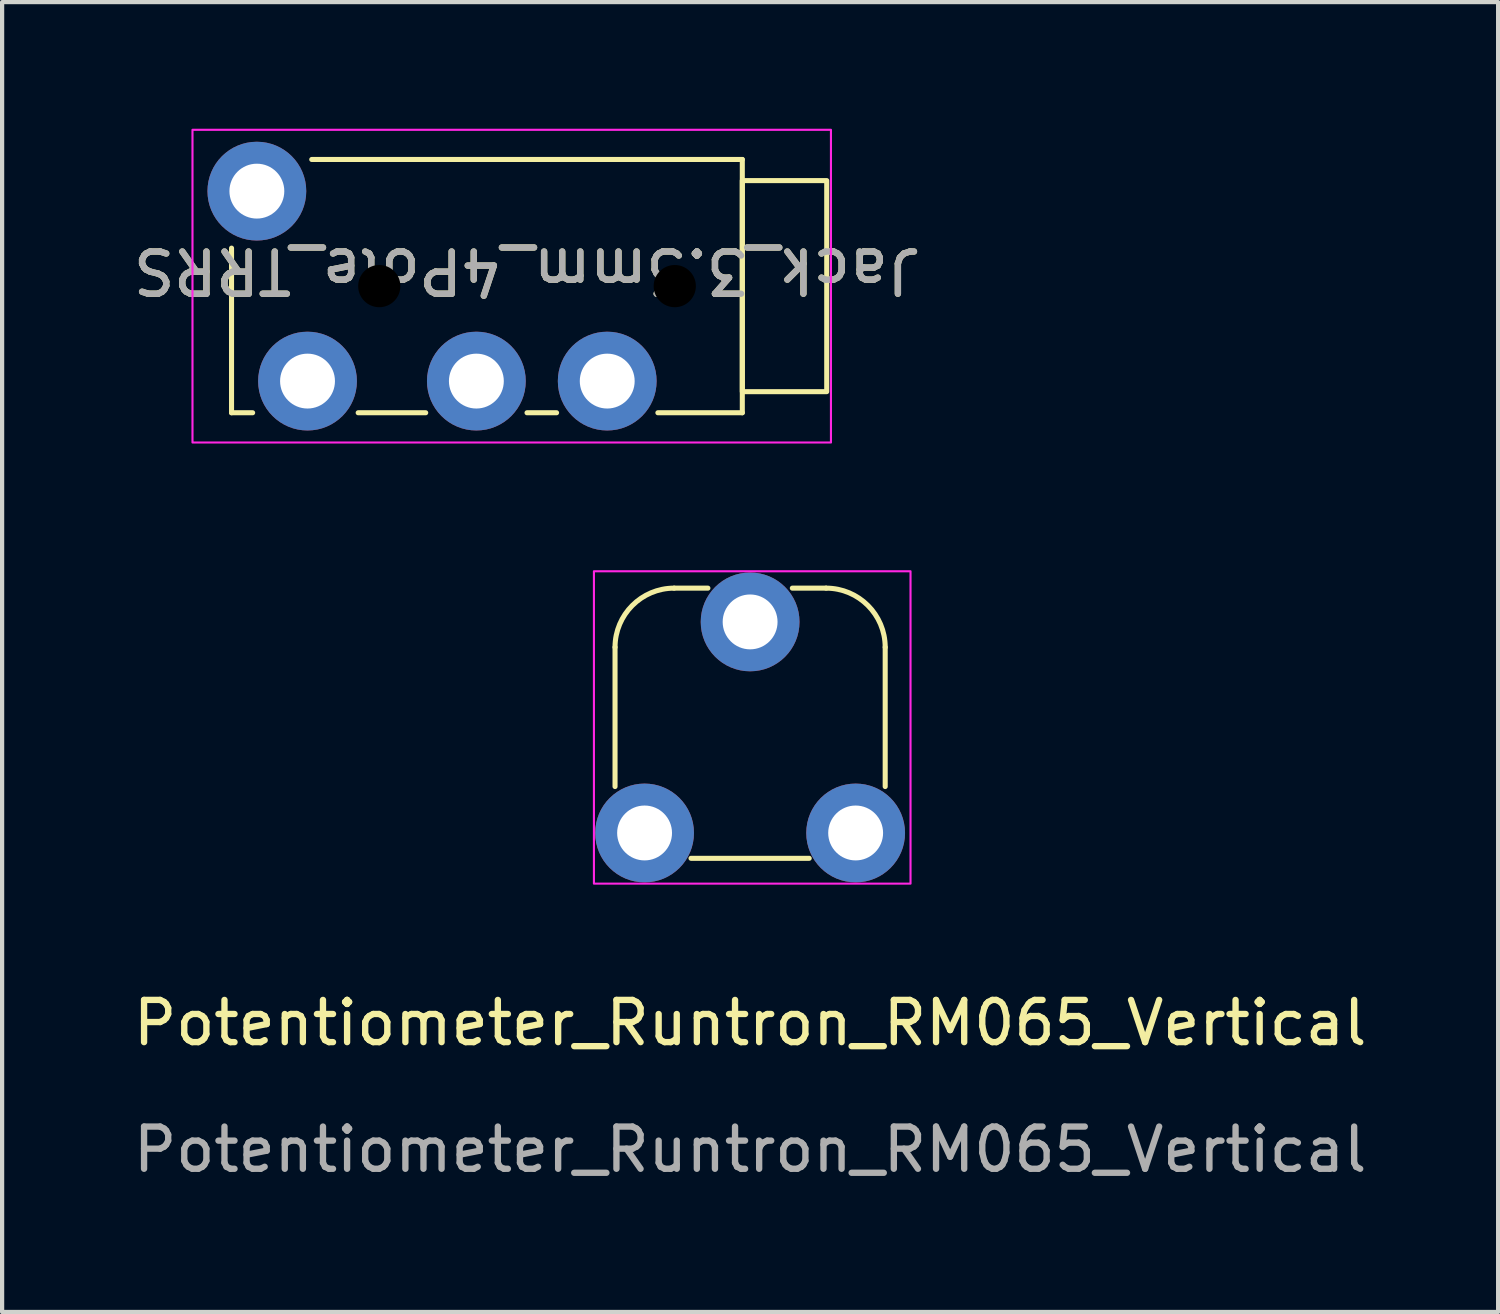
<source format=kicad_pcb>
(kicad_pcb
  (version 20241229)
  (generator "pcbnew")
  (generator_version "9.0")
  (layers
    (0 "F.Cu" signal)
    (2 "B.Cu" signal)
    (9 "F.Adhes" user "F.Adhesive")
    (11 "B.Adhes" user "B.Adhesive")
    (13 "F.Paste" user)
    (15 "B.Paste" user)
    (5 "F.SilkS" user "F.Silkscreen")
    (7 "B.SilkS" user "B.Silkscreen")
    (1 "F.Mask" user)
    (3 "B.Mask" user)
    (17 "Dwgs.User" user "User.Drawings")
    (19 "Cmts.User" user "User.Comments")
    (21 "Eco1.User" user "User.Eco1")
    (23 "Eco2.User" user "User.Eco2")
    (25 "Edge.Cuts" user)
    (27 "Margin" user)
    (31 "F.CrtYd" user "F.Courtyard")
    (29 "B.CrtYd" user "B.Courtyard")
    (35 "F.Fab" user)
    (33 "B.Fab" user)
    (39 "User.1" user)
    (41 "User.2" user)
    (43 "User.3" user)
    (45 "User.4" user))
  (footprint "Potentiometer_Runtron_RM065_Vertical"
    (layer "F.Cu")
    (at 14.72 21.683)
    (property "Reference" "Potentiometer_Runtron_RM065_Vertical" (at 0 -0.5 0) (unlocked yes) (layer "F.SilkS") (effects (font (size 1 1) (thickness 0.15))))
    (attr through_hole)
    (fp_line (start -3.2 -6.1) (end -3.2 -9.4) (stroke (width 0.12) (type solid)) (layer "F.SilkS"))
    (fp_line (start -1.8 -10.8) (end -1 -10.8) (stroke (width 0.12) (type solid)) (layer "F.SilkS"))
    (fp_line (start -1.4 -4.4) (end 1.4 -4.4) (stroke (width 0.12) (type solid)) (layer "F.SilkS"))
    (fp_line (start 1 -10.8) (end 1.8 -10.8) (stroke (width 0.12) (type solid)) (layer "F.SilkS"))
    (fp_line (start 3.2 -6.1) (end 3.2 -9.4) (stroke (width 0.12) (type solid)) (layer "F.SilkS"))
    (fp_arc (start -3.2 -9.4) (mid -2.789949 -10.389949) (end -1.8 -10.8) (stroke (width 0.12) (type solid)) (layer "F.SilkS"))
    (fp_arc (start 1.8 -10.8) (mid 2.789949 -10.389949) (end 3.2 -9.4) (stroke (width 0.12) (type solid)) (layer "F.SilkS"))
    (fp_rect (start -3.7 -11.2) (end 3.8 -3.8) (stroke (width 0.05) (type solid)) (fill no) (layer "F.CrtYd"))
    (fp_text user "${REFERENCE}" (at 0 2.5 0) (unlocked yes) (layer "F.Fab") (effects (font (size 1 1) (thickness 0.15))))
    (pad "1" thru_hole circle (at -2.5 -5) (size 2.34 2.34) (drill 1.3) (layers "*.Cu" "*.Mask"))
    (pad "2" thru_hole circle (at 0 -10) (size 2.34 2.34) (drill 1.3) (layers "*.Cu" "*.Mask"))
    (pad "3" thru_hole circle (at 2.5 -5) (size 2.34 2.34) (drill 1.3) (layers "*.Cu" "*.Mask")))
  (footprint "Jack_3.5mm_4Pole_TRRS"
    (layer "F.Cu")
    (at 9.535 3.728)
    (property "Reference" "Jack_3.5mm_4Pole_TRRS" (at -0.1 -0.365 180) (unlocked yes) (layer "F.SilkS") (effects (font (size 1 1) (thickness 0.15))))
    (attr through_hole)
    (fp_line (start -7.1 -0.9) (end -7.1 3) (stroke (width 0.12) (type solid)) (layer "F.SilkS"))
    (fp_line (start -7.1 3) (end -6.6 3) (stroke (width 0.12) (type solid)) (layer "F.SilkS"))
    (fp_line (start -5.2 -3) (end 5 -3) (stroke (width 0.12) (type solid)) (layer "F.SilkS"))
    (fp_line (start -4.1 3) (end -2.5 3) (stroke (width 0.12) (type solid)) (layer "F.SilkS"))
    (fp_line (start -0.1 3) (end 0.6 3) (stroke (width 0.12) (type solid)) (layer "F.SilkS"))
    (fp_line (start 5 -3) (end 5 3) (stroke (width 0.12) (type solid)) (layer "F.SilkS"))
    (fp_line (start 5 3) (end 3 3) (stroke (width 0.12) (type solid)) (layer "F.SilkS"))
    (fp_rect (start 7 2.5) (end 5 -2.5) (stroke (width 0.12) (type solid)) (fill no) (layer "F.SilkS"))
    (fp_rect (start -8.025 -3.703) (end 7.1 3.705) (stroke (width 0.05) (type solid)) (fill no) (layer "F.CrtYd"))
    (fp_text user "${REFERENCE}" (at -0.1 -0.365 180) (unlocked yes) (layer "F.Fab") (effects (font (size 1 1) (thickness 0.15))))
    (pad "" np_thru_hole circle (at -3.6 0) (size 1 1) (drill 1) (layers "*.Mask"))
    (pad "" np_thru_hole circle (at 3.4 0) (size 1 1) (drill 1) (layers "*.Mask"))
    (pad "G" thru_hole circle (at 1.8 2.25) (size 2.34 2.34) (drill 1.3) (layers "*.Cu" "*.Mask"))
    (pad "R" thru_hole circle (at -1.3 2.25) (size 2.34 2.34) (drill 1.3) (layers "*.Cu" "*.Mask"))
    (pad "S" thru_hole circle (at -6.5 -2.25) (size 2.34 2.34) (drill 1.3) (layers "*.Cu" "*.Mask"))
    (pad "T" thru_hole circle (at -5.3 2.25) (size 2.34 2.34) (drill 1.3) (layers "*.Cu" "*.Mask")))
  (gr_rect
    (start -3 -3)
    (end 32.44 28.031)
    (stroke (width 0.1) (type default))
    (fill no)
    (layer "Edge.Cuts")))
</source>
